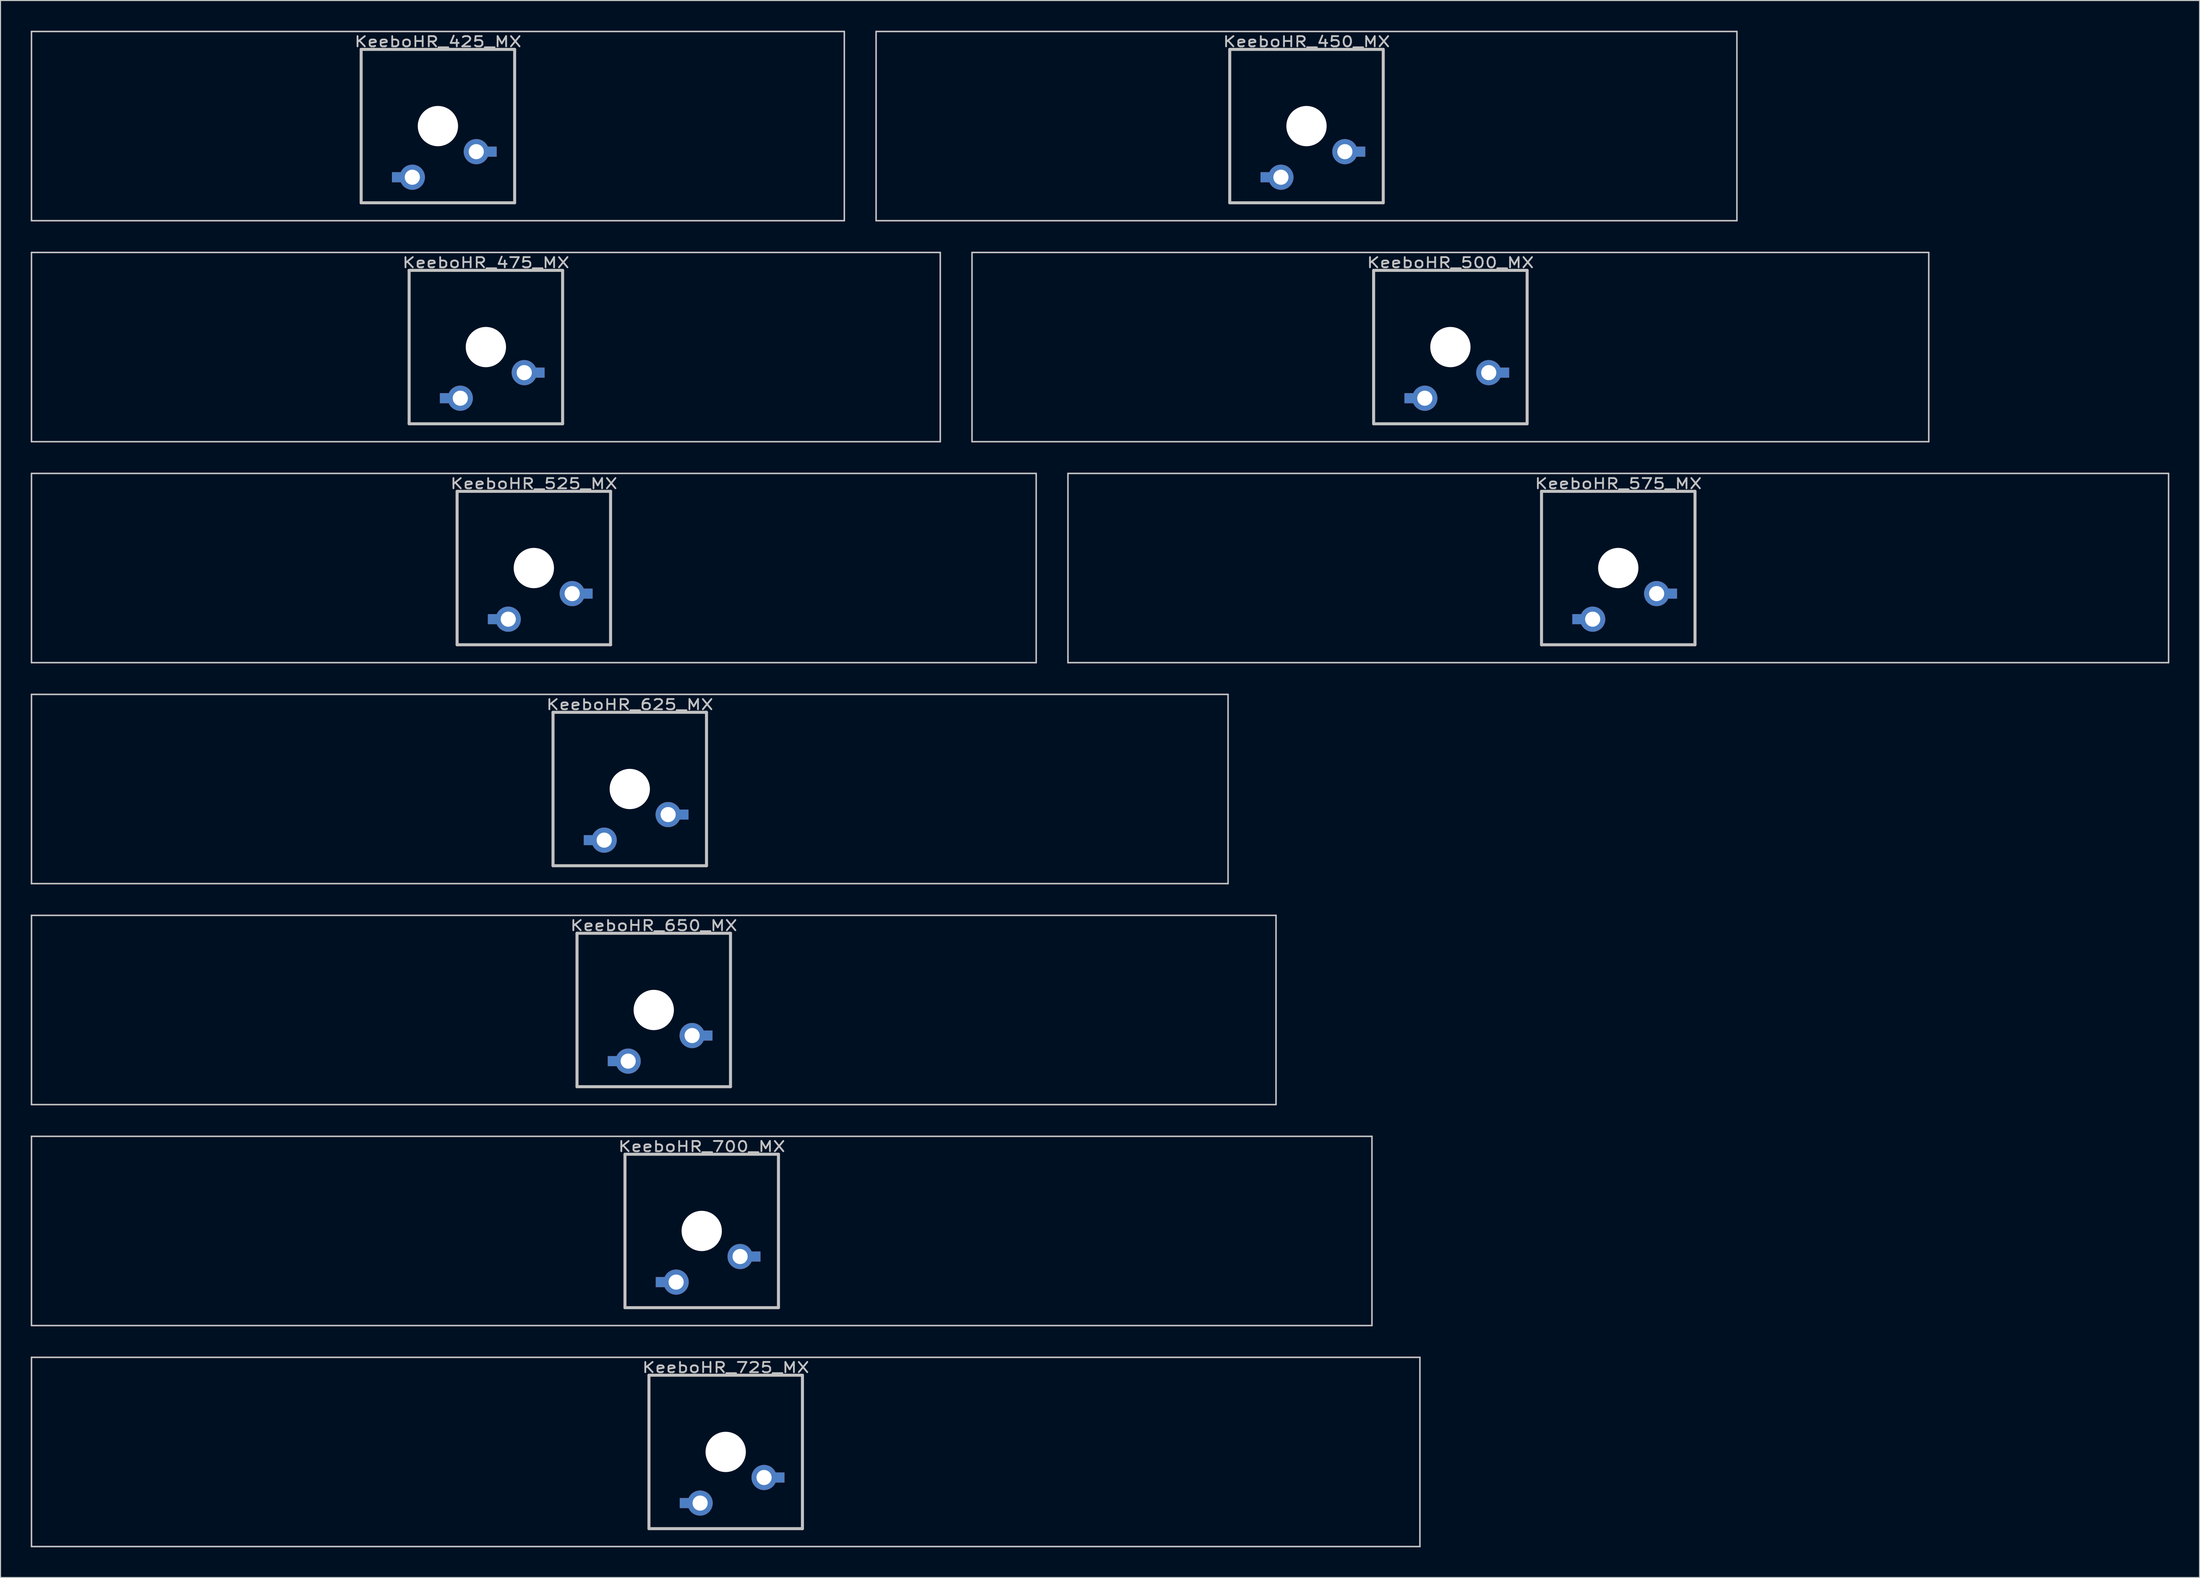
<source format=kicad_pcb>
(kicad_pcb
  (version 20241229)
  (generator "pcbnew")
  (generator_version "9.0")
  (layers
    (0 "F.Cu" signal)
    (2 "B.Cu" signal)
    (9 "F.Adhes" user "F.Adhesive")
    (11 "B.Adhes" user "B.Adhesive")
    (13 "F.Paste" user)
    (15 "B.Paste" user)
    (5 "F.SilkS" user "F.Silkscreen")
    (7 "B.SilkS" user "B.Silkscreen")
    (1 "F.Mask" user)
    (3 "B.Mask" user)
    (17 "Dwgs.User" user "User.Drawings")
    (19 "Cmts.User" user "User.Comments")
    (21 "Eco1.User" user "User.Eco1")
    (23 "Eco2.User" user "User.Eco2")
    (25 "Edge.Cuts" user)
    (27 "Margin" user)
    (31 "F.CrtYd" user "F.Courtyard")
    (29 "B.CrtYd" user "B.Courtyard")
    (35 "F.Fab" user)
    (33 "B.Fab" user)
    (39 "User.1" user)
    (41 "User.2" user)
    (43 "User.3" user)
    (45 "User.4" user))
  (footprint "KeeboHR_625_MX"
    (layer "F.Cu")
    (at 59.48 75.319)
    (property "Reference" "KeeboHR_625_MX" (at 0 -8.382 0) (layer "Dwgs.User") (effects (font (size 1.016 1.27) (thickness 0.178))))
    (attr through_hole)
    (fp_line (start -59.404 -9.398) (end 59.404 -9.398) (stroke (width 0.152) (type solid)) (layer "Dwgs.User"))
    (fp_line (start -59.404 9.398) (end -59.404 -9.398) (stroke (width 0.152) (type solid)) (layer "Dwgs.User"))
    (fp_line (start -7.62 -7.62) (end 7.62 -7.62) (stroke (width 0.3) (type solid)) (layer "Dwgs.User"))
    (fp_line (start -7.62 7.62) (end -7.62 -7.62) (stroke (width 0.3) (type solid)) (layer "Dwgs.User"))
    (fp_line (start 7.62 -7.62) (end 7.62 7.62) (stroke (width 0.3) (type solid)) (layer "Dwgs.User"))
    (fp_line (start 7.62 7.62) (end -7.62 7.62) (stroke (width 0.3) (type solid)) (layer "Dwgs.User"))
    (fp_line (start 59.404 -9.398) (end 59.404 9.398) (stroke (width 0.152) (type solid)) (layer "Dwgs.User"))
    (fp_line (start 59.404 9.398) (end -59.404 9.398) (stroke (width 0.152) (type solid)) (layer "Dwgs.User"))
    (pad "" np_thru_hole circle (at 0 0) (size 4 4) (drill 4) (layers "*.Cu" "*.Mask"))
    (pad "1" thru_hole circle (at 3.81 2.54) (size 2.5 2.5) (drill 1.5) (layers "*.Cu" "*.Mask"))
    (pad "1" smd rect (at 5.334 2.54) (size 1 1) (layers "*.Cu" "*.Mask"))
    (pad "2" smd rect (at -4.064 5.08) (size 1 1) (layers "*.Cu" "*.Mask"))
    (pad "2" thru_hole circle (at -2.54 5.08) (size 2.5 2.5) (drill 1.5) (layers "*.Cu" "*.Mask")))
  (footprint "KeeboHR_450_MX"
    (layer "F.Cu")
    (at 126.673 9.474)
    (property "Reference" "KeeboHR_450_MX" (at 0 -8.382 0) (layer "Dwgs.User") (effects (font (size 1.016 1.27) (thickness 0.178))))
    (attr through_hole)
    (fp_line (start -42.736 -9.398) (end 42.736 -9.398) (stroke (width 0.152) (type solid)) (layer "Dwgs.User"))
    (fp_line (start -42.736 9.398) (end -42.736 -9.398) (stroke (width 0.152) (type solid)) (layer "Dwgs.User"))
    (fp_line (start -7.62 -7.62) (end 7.62 -7.62) (stroke (width 0.3) (type solid)) (layer "Dwgs.User"))
    (fp_line (start -7.62 7.62) (end -7.62 -7.62) (stroke (width 0.3) (type solid)) (layer "Dwgs.User"))
    (fp_line (start 7.62 -7.62) (end 7.62 7.62) (stroke (width 0.3) (type solid)) (layer "Dwgs.User"))
    (fp_line (start 7.62 7.62) (end -7.62 7.62) (stroke (width 0.3) (type solid)) (layer "Dwgs.User"))
    (fp_line (start 42.736 -9.398) (end 42.736 9.398) (stroke (width 0.152) (type solid)) (layer "Dwgs.User"))
    (fp_line (start 42.736 9.398) (end -42.736 9.398) (stroke (width 0.152) (type solid)) (layer "Dwgs.User"))
    (pad "" np_thru_hole circle (at 0 0) (size 4 4) (drill 4) (layers "*.Cu" "*.Mask"))
    (pad "1" thru_hole circle (at 3.81 2.54) (size 2.5 2.5) (drill 1.5) (layers "*.Cu" "*.Mask"))
    (pad "1" smd rect (at 5.334 2.54) (size 1 1) (layers "*.Cu" "*.Mask"))
    (pad "2" smd rect (at -4.064 5.08) (size 1 1) (layers "*.Cu" "*.Mask"))
    (pad "2" thru_hole circle (at -2.54 5.08) (size 2.5 2.5) (drill 1.5) (layers "*.Cu" "*.Mask")))
  (footprint "KeeboHR_575_MX"
    (layer "F.Cu")
    (at 157.629 53.371)
    (property "Reference" "KeeboHR_575_MX" (at 0 -8.382 0) (layer "Dwgs.User") (effects (font (size 1.016 1.27) (thickness 0.178))))
    (attr through_hole)
    (fp_line (start -54.642 -9.398) (end 54.642 -9.398) (stroke (width 0.152) (type solid)) (layer "Dwgs.User"))
    (fp_line (start -54.642 9.398) (end -54.642 -9.398) (stroke (width 0.152) (type solid)) (layer "Dwgs.User"))
    (fp_line (start -7.62 -7.62) (end 7.62 -7.62) (stroke (width 0.3) (type solid)) (layer "Dwgs.User"))
    (fp_line (start -7.62 7.62) (end -7.62 -7.62) (stroke (width 0.3) (type solid)) (layer "Dwgs.User"))
    (fp_line (start 7.62 -7.62) (end 7.62 7.62) (stroke (width 0.3) (type solid)) (layer "Dwgs.User"))
    (fp_line (start 7.62 7.62) (end -7.62 7.62) (stroke (width 0.3) (type solid)) (layer "Dwgs.User"))
    (fp_line (start 54.642 -9.398) (end 54.642 9.398) (stroke (width 0.152) (type solid)) (layer "Dwgs.User"))
    (fp_line (start 54.642 9.398) (end -54.642 9.398) (stroke (width 0.152) (type solid)) (layer "Dwgs.User"))
    (pad "" np_thru_hole circle (at 0 0) (size 4 4) (drill 4) (layers "*.Cu" "*.Mask"))
    (pad "1" thru_hole circle (at 3.81 2.54) (size 2.5 2.5) (drill 1.5) (layers "*.Cu" "*.Mask"))
    (pad "1" smd rect (at 5.334 2.54) (size 1 1) (layers "*.Cu" "*.Mask"))
    (pad "2" smd rect (at -4.064 5.08) (size 1 1) (layers "*.Cu" "*.Mask"))
    (pad "2" thru_hole circle (at -2.54 5.08) (size 2.5 2.5) (drill 1.5) (layers "*.Cu" "*.Mask")))
  (footprint "KeeboHR_725_MX"
    (layer "F.Cu")
    (at 69.005 141.165)
    (property "Reference" "KeeboHR_725_MX" (at 0 -8.382 0) (layer "Dwgs.User") (effects (font (size 1.016 1.27) (thickness 0.178))))
    (attr through_hole)
    (fp_line (start -68.929 -9.398) (end 68.929 -9.398) (stroke (width 0.152) (type solid)) (layer "Dwgs.User"))
    (fp_line (start -68.929 9.398) (end -68.929 -9.398) (stroke (width 0.152) (type solid)) (layer "Dwgs.User"))
    (fp_line (start -7.62 -7.62) (end 7.62 -7.62) (stroke (width 0.3) (type solid)) (layer "Dwgs.User"))
    (fp_line (start -7.62 7.62) (end -7.62 -7.62) (stroke (width 0.3) (type solid)) (layer "Dwgs.User"))
    (fp_line (start 7.62 -7.62) (end 7.62 7.62) (stroke (width 0.3) (type solid)) (layer "Dwgs.User"))
    (fp_line (start 7.62 7.62) (end -7.62 7.62) (stroke (width 0.3) (type solid)) (layer "Dwgs.User"))
    (fp_line (start 68.929 -9.398) (end 68.929 9.398) (stroke (width 0.152) (type solid)) (layer "Dwgs.User"))
    (fp_line (start 68.929 9.398) (end -68.929 9.398) (stroke (width 0.152) (type solid)) (layer "Dwgs.User"))
    (pad "" np_thru_hole circle (at 0 0) (size 4 4) (drill 4) (layers "*.Cu" "*.Mask"))
    (pad "1" thru_hole circle (at 3.81 2.54) (size 2.5 2.5) (drill 1.5) (layers "*.Cu" "*.Mask"))
    (pad "1" smd rect (at 5.334 2.54) (size 1 1) (layers "*.Cu" "*.Mask"))
    (pad "2" smd rect (at -4.064 5.08) (size 1 1) (layers "*.Cu" "*.Mask"))
    (pad "2" thru_hole circle (at -2.54 5.08) (size 2.5 2.5) (drill 1.5) (layers "*.Cu" "*.Mask")))
  (footprint "KeeboHR_425_MX"
    (layer "F.Cu")
    (at 40.43 9.474)
    (property "Reference" "KeeboHR_425_MX" (at 0 -8.382 0) (layer "Dwgs.User") (effects (font (size 1.016 1.27) (thickness 0.178))))
    (attr through_hole)
    (fp_line (start -40.354 -9.398) (end 40.354 -9.398) (stroke (width 0.152) (type solid)) (layer "Dwgs.User"))
    (fp_line (start -40.354 9.398) (end -40.354 -9.398) (stroke (width 0.152) (type solid)) (layer "Dwgs.User"))
    (fp_line (start -7.62 -7.62) (end 7.62 -7.62) (stroke (width 0.3) (type solid)) (layer "Dwgs.User"))
    (fp_line (start -7.62 7.62) (end -7.62 -7.62) (stroke (width 0.3) (type solid)) (layer "Dwgs.User"))
    (fp_line (start 7.62 -7.62) (end 7.62 7.62) (stroke (width 0.3) (type solid)) (layer "Dwgs.User"))
    (fp_line (start 7.62 7.62) (end -7.62 7.62) (stroke (width 0.3) (type solid)) (layer "Dwgs.User"))
    (fp_line (start 40.354 -9.398) (end 40.354 9.398) (stroke (width 0.152) (type solid)) (layer "Dwgs.User"))
    (fp_line (start 40.354 9.398) (end -40.354 9.398) (stroke (width 0.152) (type solid)) (layer "Dwgs.User"))
    (pad "" np_thru_hole circle (at 0 0) (size 4 4) (drill 4) (layers "*.Cu" "*.Mask"))
    (pad "1" thru_hole circle (at 3.81 2.54) (size 2.5 2.5) (drill 1.5) (layers "*.Cu" "*.Mask"))
    (pad "1" smd rect (at 5.334 2.54) (size 1 1) (layers "*.Cu" "*.Mask"))
    (pad "2" smd rect (at -4.064 5.08) (size 1 1) (layers "*.Cu" "*.Mask"))
    (pad "2" thru_hole circle (at -2.54 5.08) (size 2.5 2.5) (drill 1.5) (layers "*.Cu" "*.Mask")))
  (footprint "KeeboHR_500_MX"
    (layer "F.Cu")
    (at 140.96 31.423)
    (property "Reference" "KeeboHR_500_MX" (at 0 -8.382 0) (layer "Dwgs.User") (effects (font (size 1.016 1.27) (thickness 0.178))))
    (attr through_hole)
    (fp_line (start -47.498 -9.398) (end 47.498 -9.398) (stroke (width 0.152) (type solid)) (layer "Dwgs.User"))
    (fp_line (start -47.498 9.398) (end -47.498 -9.398) (stroke (width 0.152) (type solid)) (layer "Dwgs.User"))
    (fp_line (start -7.62 -7.62) (end 7.62 -7.62) (stroke (width 0.3) (type solid)) (layer "Dwgs.User"))
    (fp_line (start -7.62 7.62) (end -7.62 -7.62) (stroke (width 0.3) (type solid)) (layer "Dwgs.User"))
    (fp_line (start 7.62 -7.62) (end 7.62 7.62) (stroke (width 0.3) (type solid)) (layer "Dwgs.User"))
    (fp_line (start 7.62 7.62) (end -7.62 7.62) (stroke (width 0.3) (type solid)) (layer "Dwgs.User"))
    (fp_line (start 47.498 -9.398) (end 47.498 9.398) (stroke (width 0.152) (type solid)) (layer "Dwgs.User"))
    (fp_line (start 47.498 9.398) (end -47.498 9.398) (stroke (width 0.152) (type solid)) (layer "Dwgs.User"))
    (pad "" np_thru_hole circle (at 0 0) (size 4 4) (drill 4) (layers "*.Cu" "*.Mask"))
    (pad "1" thru_hole circle (at 3.81 2.54) (size 2.5 2.5) (drill 1.5) (layers "*.Cu" "*.Mask"))
    (pad "1" smd rect (at 5.334 2.54) (size 1 1) (layers "*.Cu" "*.Mask"))
    (pad "2" smd rect (at -4.064 5.08) (size 1 1) (layers "*.Cu" "*.Mask"))
    (pad "2" thru_hole circle (at -2.54 5.08) (size 2.5 2.5) (drill 1.5) (layers "*.Cu" "*.Mask")))
  (footprint "KeeboHR_700_MX"
    (layer "F.Cu")
    (at 66.624 119.216)
    (property "Reference" "KeeboHR_700_MX" (at 0 -8.382 0) (layer "Dwgs.User") (effects (font (size 1.016 1.27) (thickness 0.178))))
    (attr through_hole)
    (fp_line (start -66.548 -9.398) (end 66.548 -9.398) (stroke (width 0.152) (type solid)) (layer "Dwgs.User"))
    (fp_line (start -66.548 9.398) (end -66.548 -9.398) (stroke (width 0.152) (type solid)) (layer "Dwgs.User"))
    (fp_line (start -7.62 -7.62) (end 7.62 -7.62) (stroke (width 0.3) (type solid)) (layer "Dwgs.User"))
    (fp_line (start -7.62 7.62) (end -7.62 -7.62) (stroke (width 0.3) (type solid)) (layer "Dwgs.User"))
    (fp_line (start 7.62 -7.62) (end 7.62 7.62) (stroke (width 0.3) (type solid)) (layer "Dwgs.User"))
    (fp_line (start 7.62 7.62) (end -7.62 7.62) (stroke (width 0.3) (type solid)) (layer "Dwgs.User"))
    (fp_line (start 66.548 -9.398) (end 66.548 9.398) (stroke (width 0.152) (type solid)) (layer "Dwgs.User"))
    (fp_line (start 66.548 9.398) (end -66.548 9.398) (stroke (width 0.152) (type solid)) (layer "Dwgs.User"))
    (pad "" np_thru_hole circle (at 0 0) (size 4 4) (drill 4) (layers "*.Cu" "*.Mask"))
    (pad "1" thru_hole circle (at 3.81 2.54) (size 2.5 2.5) (drill 1.5) (layers "*.Cu" "*.Mask"))
    (pad "1" smd rect (at 5.334 2.54) (size 1 1) (layers "*.Cu" "*.Mask"))
    (pad "2" smd rect (at -4.064 5.08) (size 1 1) (layers "*.Cu" "*.Mask"))
    (pad "2" thru_hole circle (at -2.54 5.08) (size 2.5 2.5) (drill 1.5) (layers "*.Cu" "*.Mask")))
  (footprint "KeeboHR_650_MX"
    (layer "F.Cu")
    (at 61.862 97.268)
    (property "Reference" "KeeboHR_650_MX" (at 0 -8.382 0) (layer "Dwgs.User") (effects (font (size 1.016 1.27) (thickness 0.178))))
    (attr through_hole)
    (fp_line (start -61.785 -9.398) (end 61.785 -9.398) (stroke (width 0.152) (type solid)) (layer "Dwgs.User"))
    (fp_line (start -61.785 9.398) (end -61.785 -9.398) (stroke (width 0.152) (type solid)) (layer "Dwgs.User"))
    (fp_line (start -7.62 -7.62) (end 7.62 -7.62) (stroke (width 0.3) (type solid)) (layer "Dwgs.User"))
    (fp_line (start -7.62 7.62) (end -7.62 -7.62) (stroke (width 0.3) (type solid)) (layer "Dwgs.User"))
    (fp_line (start 7.62 -7.62) (end 7.62 7.62) (stroke (width 0.3) (type solid)) (layer "Dwgs.User"))
    (fp_line (start 7.62 7.62) (end -7.62 7.62) (stroke (width 0.3) (type solid)) (layer "Dwgs.User"))
    (fp_line (start 61.785 -9.398) (end 61.785 9.398) (stroke (width 0.152) (type solid)) (layer "Dwgs.User"))
    (fp_line (start 61.785 9.398) (end -61.785 9.398) (stroke (width 0.152) (type solid)) (layer "Dwgs.User"))
    (pad "" np_thru_hole circle (at 0 0) (size 4 4) (drill 4) (layers "*.Cu" "*.Mask"))
    (pad "1" thru_hole circle (at 3.81 2.54) (size 2.5 2.5) (drill 1.5) (layers "*.Cu" "*.Mask"))
    (pad "1" smd rect (at 5.334 2.54) (size 1 1) (layers "*.Cu" "*.Mask"))
    (pad "2" smd rect (at -4.064 5.08) (size 1 1) (layers "*.Cu" "*.Mask"))
    (pad "2" thru_hole circle (at -2.54 5.08) (size 2.5 2.5) (drill 1.5) (layers "*.Cu" "*.Mask")))
  (footprint "KeeboHR_475_MX"
    (layer "F.Cu")
    (at 45.193 31.423)
    (property "Reference" "KeeboHR_475_MX" (at 0 -8.382 0) (layer "Dwgs.User") (effects (font (size 1.016 1.27) (thickness 0.178))))
    (attr through_hole)
    (fp_line (start -45.117 -9.398) (end 45.117 -9.398) (stroke (width 0.152) (type solid)) (layer "Dwgs.User"))
    (fp_line (start -45.117 9.398) (end -45.117 -9.398) (stroke (width 0.152) (type solid)) (layer "Dwgs.User"))
    (fp_line (start -7.62 -7.62) (end 7.62 -7.62) (stroke (width 0.3) (type solid)) (layer "Dwgs.User"))
    (fp_line (start -7.62 7.62) (end -7.62 -7.62) (stroke (width 0.3) (type solid)) (layer "Dwgs.User"))
    (fp_line (start 7.62 -7.62) (end 7.62 7.62) (stroke (width 0.3) (type solid)) (layer "Dwgs.User"))
    (fp_line (start 7.62 7.62) (end -7.62 7.62) (stroke (width 0.3) (type solid)) (layer "Dwgs.User"))
    (fp_line (start 45.117 -9.398) (end 45.117 9.398) (stroke (width 0.152) (type solid)) (layer "Dwgs.User"))
    (fp_line (start 45.117 9.398) (end -45.117 9.398) (stroke (width 0.152) (type solid)) (layer "Dwgs.User"))
    (pad "" np_thru_hole circle (at 0 0) (size 4 4) (drill 4) (layers "*.Cu" "*.Mask"))
    (pad "1" thru_hole circle (at 3.81 2.54) (size 2.5 2.5) (drill 1.5) (layers "*.Cu" "*.Mask"))
    (pad "1" smd rect (at 5.334 2.54) (size 1 1) (layers "*.Cu" "*.Mask"))
    (pad "2" smd rect (at -4.064 5.08) (size 1 1) (layers "*.Cu" "*.Mask"))
    (pad "2" thru_hole circle (at -2.54 5.08) (size 2.5 2.5) (drill 1.5) (layers "*.Cu" "*.Mask")))
  (footprint "KeeboHR_525_MX"
    (layer "F.Cu")
    (at 49.955 53.371)
    (property "Reference" "KeeboHR_525_MX" (at 0 -8.382 0) (layer "Dwgs.User") (effects (font (size 1.016 1.27) (thickness 0.178))))
    (attr through_hole)
    (fp_line (start -49.879 -9.398) (end 49.879 -9.398) (stroke (width 0.152) (type solid)) (layer "Dwgs.User"))
    (fp_line (start -49.879 9.398) (end -49.879 -9.398) (stroke (width 0.152) (type solid)) (layer "Dwgs.User"))
    (fp_line (start -7.62 -7.62) (end 7.62 -7.62) (stroke (width 0.3) (type solid)) (layer "Dwgs.User"))
    (fp_line (start -7.62 7.62) (end -7.62 -7.62) (stroke (width 0.3) (type solid)) (layer "Dwgs.User"))
    (fp_line (start 7.62 -7.62) (end 7.62 7.62) (stroke (width 0.3) (type solid)) (layer "Dwgs.User"))
    (fp_line (start 7.62 7.62) (end -7.62 7.62) (stroke (width 0.3) (type solid)) (layer "Dwgs.User"))
    (fp_line (start 49.879 -9.398) (end 49.879 9.398) (stroke (width 0.152) (type solid)) (layer "Dwgs.User"))
    (fp_line (start 49.879 9.398) (end -49.879 9.398) (stroke (width 0.152) (type solid)) (layer "Dwgs.User"))
    (pad "" np_thru_hole circle (at 0 0) (size 4 4) (drill 4) (layers "*.Cu" "*.Mask"))
    (pad "1" thru_hole circle (at 3.81 2.54) (size 2.5 2.5) (drill 1.5) (layers "*.Cu" "*.Mask"))
    (pad "1" smd rect (at 5.334 2.54) (size 1 1) (layers "*.Cu" "*.Mask"))
    (pad "2" smd rect (at -4.064 5.08) (size 1 1) (layers "*.Cu" "*.Mask"))
    (pad "2" thru_hole circle (at -2.54 5.08) (size 2.5 2.5) (drill 1.5) (layers "*.Cu" "*.Mask")))
  (gr_rect
    (start -3 -3)
    (end 215.347 153.639)
    (stroke (width 0.1) (type default))
    (fill no)
    (layer "Edge.Cuts")))
</source>
